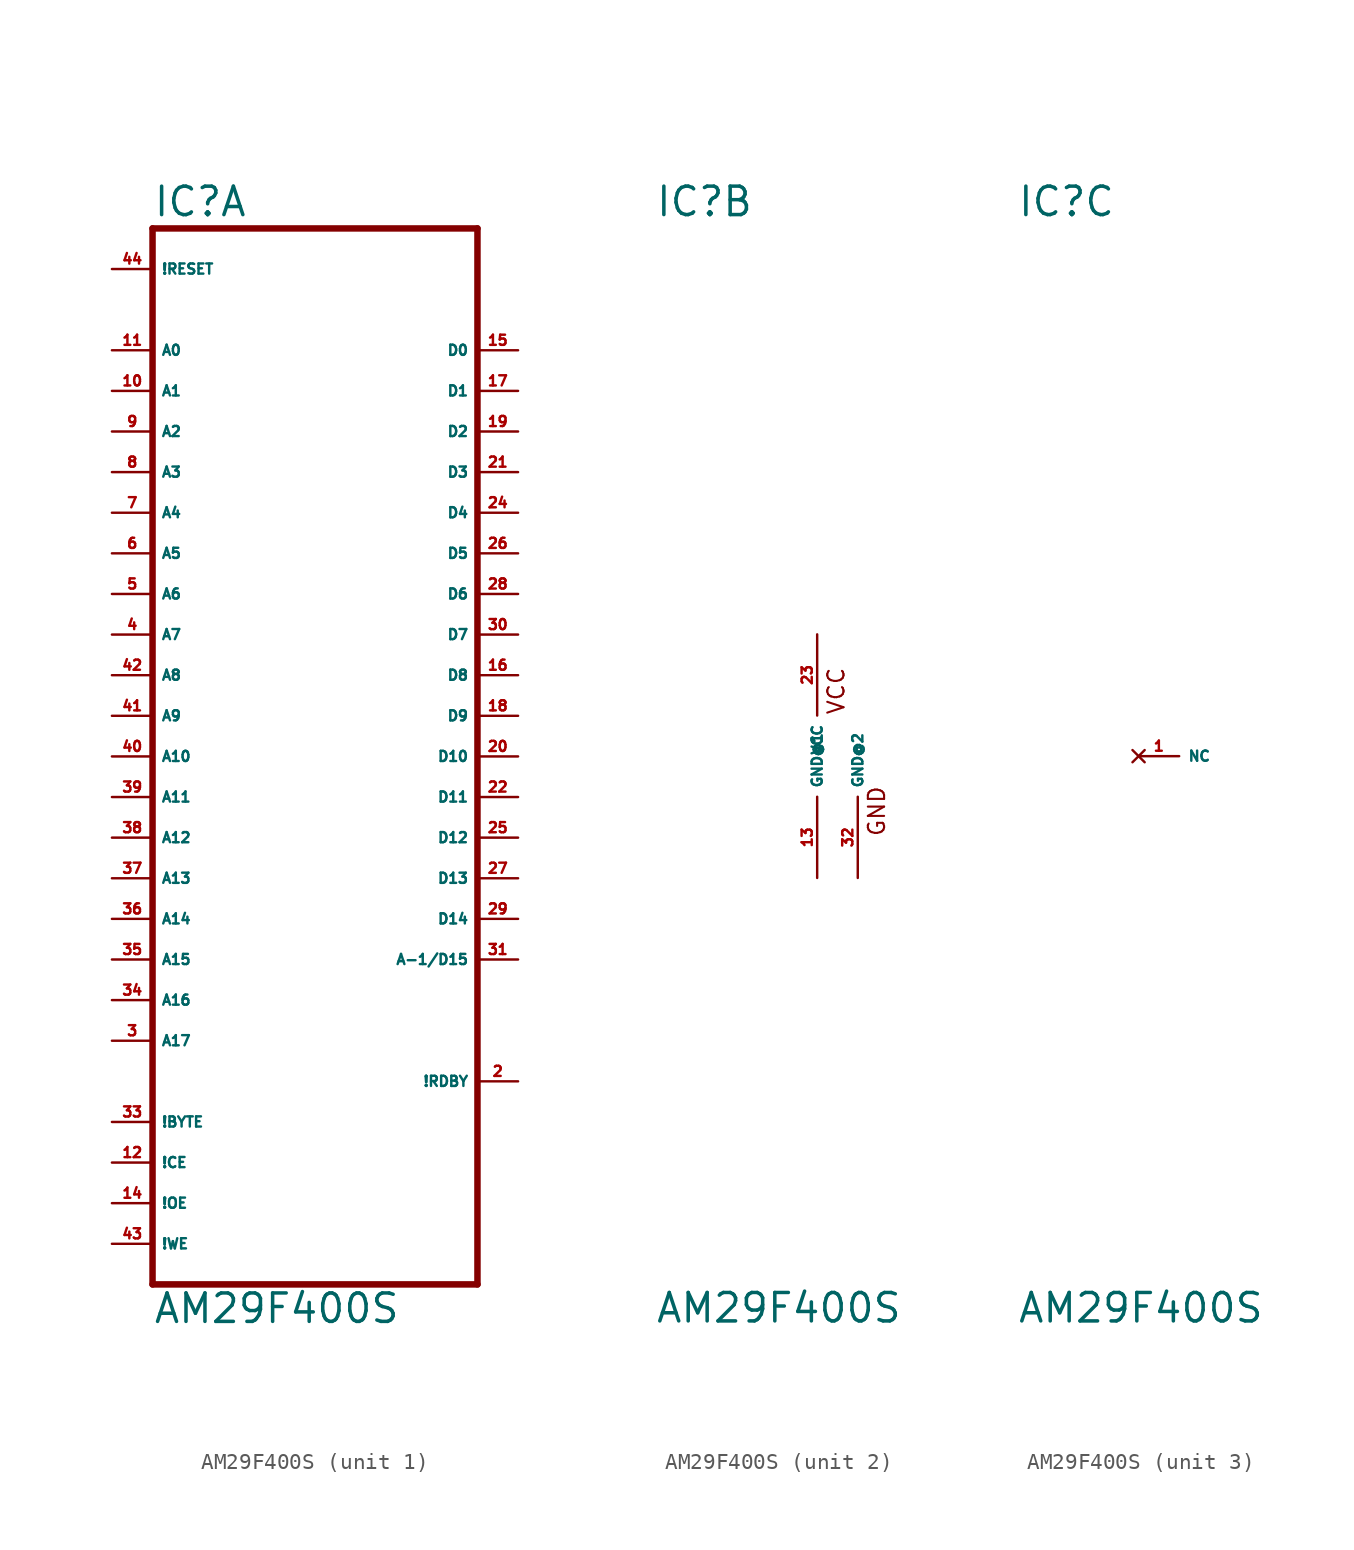
<source format=kicad_sym>
(kicad_symbol_lib
  (version 20220914)
  (generator Eagle2Kicad)
  (symbol "AM29F400S"
    (property "Reference" "IC"
      (at -10.16 33.655 0)
      (effects (font (size 1.778 1.778) (thickness 0.22)) (justify left bottom)))
    (property "Value" "AM29F400S"
      (at -10.16 -35.56 0)
      (effects (font (size 1.778 1.778) (thickness 0.22)) (justify left bottom)))
    (symbol "AM29F400S_1_0"
      (polyline (pts (xy -10.16 -33.02) (xy 10.16 -33.02)) (stroke (width 0.406) (type default)) (fill (type none)))
      (polyline (pts (xy 10.16 -33.02) (xy 10.16 33.02)) (stroke (width 0.406) (type default)) (fill (type none)))
      (polyline (pts (xy 10.16 33.02) (xy -10.16 33.02)) (stroke (width 0.406) (type default)) (fill (type none)))
      (polyline (pts (xy -10.16 33.02) (xy -10.16 -33.02)) (stroke (width 0.406) (type default)) (fill (type none)))
      (pin input line (at -12.7 -30.48 0) (length 2.54) (name "!WE" (effects (font (size 0.635 0.635) (thickness 0.08)) (justify left bottom))) (number "43" (effects (font (size 0.635 0.635) (thickness 0.08)) (justify left bottom))))
      (pin input line (at -12.7 -5.08 0) (length 2.54) (name "A12" (effects (font (size 0.635 0.635) (thickness 0.08)) (justify left bottom))) (number "38" (effects (font (size 0.635 0.635) (thickness 0.08)) (justify left bottom))))
      (pin input line (at -12.7 7.62 0) (length 2.54) (name "A7" (effects (font (size 0.635 0.635) (thickness 0.08)) (justify left bottom))) (number "4" (effects (font (size 0.635 0.635) (thickness 0.08)) (justify left bottom))))
      (pin input line (at -12.7 10.16 0) (length 2.54) (name "A6" (effects (font (size 0.635 0.635) (thickness 0.08)) (justify left bottom))) (number "5" (effects (font (size 0.635 0.635) (thickness 0.08)) (justify left bottom))))
      (pin input line (at -12.7 12.7 0) (length 2.54) (name "A5" (effects (font (size 0.635 0.635) (thickness 0.08)) (justify left bottom))) (number "6" (effects (font (size 0.635 0.635) (thickness 0.08)) (justify left bottom))))
      (pin input line (at -12.7 15.24 0) (length 2.54) (name "A4" (effects (font (size 0.635 0.635) (thickness 0.08)) (justify left bottom))) (number "7" (effects (font (size 0.635 0.635) (thickness 0.08)) (justify left bottom))))
      (pin input line (at -12.7 17.78 0) (length 2.54) (name "A3" (effects (font (size 0.635 0.635) (thickness 0.08)) (justify left bottom))) (number "8" (effects (font (size 0.635 0.635) (thickness 0.08)) (justify left bottom))))
      (pin input line (at -12.7 20.32 0) (length 2.54) (name "A2" (effects (font (size 0.635 0.635) (thickness 0.08)) (justify left bottom))) (number "9" (effects (font (size 0.635 0.635) (thickness 0.08)) (justify left bottom))))
      (pin input line (at -12.7 22.86 0) (length 2.54) (name "A1" (effects (font (size 0.635 0.635) (thickness 0.08)) (justify left bottom))) (number "10" (effects (font (size 0.635 0.635) (thickness 0.08)) (justify left bottom))))
      (pin input line (at -12.7 25.4 0) (length 2.54) (name "A0" (effects (font (size 0.635 0.635) (thickness 0.08)) (justify left bottom))) (number "11" (effects (font (size 0.635 0.635) (thickness 0.08)) (justify left bottom))))
      (pin tri_state line (at 12.7 25.4 180) (length 2.54) (name "D0" (effects (font (size 0.635 0.635) (thickness 0.08)) (justify left bottom))) (number "15" (effects (font (size 0.635 0.635) (thickness 0.08)) (justify left bottom))))
      (pin input line (at -12.7 -25.4 0) (length 2.54) (name "!CE" (effects (font (size 0.635 0.635) (thickness 0.08)) (justify left bottom))) (number "12" (effects (font (size 0.635 0.635) (thickness 0.08)) (justify left bottom))))
      (pin input line (at -12.7 0 0) (length 2.54) (name "A10" (effects (font (size 0.635 0.635) (thickness 0.08)) (justify left bottom))) (number "40" (effects (font (size 0.635 0.635) (thickness 0.08)) (justify left bottom))))
      (pin input line (at -12.7 -27.94 0) (length 2.54) (name "!OE" (effects (font (size 0.635 0.635) (thickness 0.08)) (justify left bottom))) (number "14" (effects (font (size 0.635 0.635) (thickness 0.08)) (justify left bottom))))
      (pin input line (at -12.7 -2.54 0) (length 2.54) (name "A11" (effects (font (size 0.635 0.635) (thickness 0.08)) (justify left bottom))) (number "39" (effects (font (size 0.635 0.635) (thickness 0.08)) (justify left bottom))))
      (pin input line (at -12.7 2.54 0) (length 2.54) (name "A9" (effects (font (size 0.635 0.635) (thickness 0.08)) (justify left bottom))) (number "41" (effects (font (size 0.635 0.635) (thickness 0.08)) (justify left bottom))))
      (pin input line (at -12.7 5.08 0) (length 2.54) (name "A8" (effects (font (size 0.635 0.635) (thickness 0.08)) (justify left bottom))) (number "42" (effects (font (size 0.635 0.635) (thickness 0.08)) (justify left bottom))))
      (pin input line (at -12.7 -7.62 0) (length 2.54) (name "A13" (effects (font (size 0.635 0.635) (thickness 0.08)) (justify left bottom))) (number "37" (effects (font (size 0.635 0.635) (thickness 0.08)) (justify left bottom))))
      (pin input line (at -12.7 -10.16 0) (length 2.54) (name "A14" (effects (font (size 0.635 0.635) (thickness 0.08)) (justify left bottom))) (number "36" (effects (font (size 0.635 0.635) (thickness 0.08)) (justify left bottom))))
      (pin input line (at -12.7 -12.7 0) (length 2.54) (name "A15" (effects (font (size 0.635 0.635) (thickness 0.08)) (justify left bottom))) (number "35" (effects (font (size 0.635 0.635) (thickness 0.08)) (justify left bottom))))
      (pin input line (at -12.7 -15.24 0) (length 2.54) (name "A16" (effects (font (size 0.635 0.635) (thickness 0.08)) (justify left bottom))) (number "34" (effects (font (size 0.635 0.635) (thickness 0.08)) (justify left bottom))))
      (pin input line (at -12.7 -17.78 0) (length 2.54) (name "A17" (effects (font (size 0.635 0.635) (thickness 0.08)) (justify left bottom))) (number "3" (effects (font (size 0.635 0.635) (thickness 0.08)) (justify left bottom))))
      (pin tri_state line (at 12.7 22.86 180) (length 2.54) (name "D1" (effects (font (size 0.635 0.635) (thickness 0.08)) (justify left bottom))) (number "17" (effects (font (size 0.635 0.635) (thickness 0.08)) (justify left bottom))))
      (pin tri_state line (at 12.7 20.32 180) (length 2.54) (name "D2" (effects (font (size 0.635 0.635) (thickness 0.08)) (justify left bottom))) (number "19" (effects (font (size 0.635 0.635) (thickness 0.08)) (justify left bottom))))
      (pin tri_state line (at 12.7 17.78 180) (length 2.54) (name "D3" (effects (font (size 0.635 0.635) (thickness 0.08)) (justify left bottom))) (number "21" (effects (font (size 0.635 0.635) (thickness 0.08)) (justify left bottom))))
      (pin tri_state line (at 12.7 15.24 180) (length 2.54) (name "D4" (effects (font (size 0.635 0.635) (thickness 0.08)) (justify left bottom))) (number "24" (effects (font (size 0.635 0.635) (thickness 0.08)) (justify left bottom))))
      (pin tri_state line (at 12.7 12.7 180) (length 2.54) (name "D5" (effects (font (size 0.635 0.635) (thickness 0.08)) (justify left bottom))) (number "26" (effects (font (size 0.635 0.635) (thickness 0.08)) (justify left bottom))))
      (pin tri_state line (at 12.7 10.16 180) (length 2.54) (name "D6" (effects (font (size 0.635 0.635) (thickness 0.08)) (justify left bottom))) (number "28" (effects (font (size 0.635 0.635) (thickness 0.08)) (justify left bottom))))
      (pin tri_state line (at 12.7 7.62 180) (length 2.54) (name "D7" (effects (font (size 0.635 0.635) (thickness 0.08)) (justify left bottom))) (number "30" (effects (font (size 0.635 0.635) (thickness 0.08)) (justify left bottom))))
      (pin output line (at 12.7 -20.32 180) (length 2.54) (name "!RDBY" (effects (font (size 0.635 0.635) (thickness 0.08)) (justify left bottom))) (number "2" (effects (font (size 0.635 0.635) (thickness 0.08)) (justify left bottom))))
      (pin input line (at -12.7 30.48 0) (length 2.54) (name "!RESET" (effects (font (size 0.635 0.635) (thickness 0.08)) (justify left bottom))) (number "44" (effects (font (size 0.635 0.635) (thickness 0.08)) (justify left bottom))))
      (pin tri_state line (at 12.7 5.08 180) (length 2.54) (name "D8" (effects (font (size 0.635 0.635) (thickness 0.08)) (justify left bottom))) (number "16" (effects (font (size 0.635 0.635) (thickness 0.08)) (justify left bottom))))
      (pin tri_state line (at 12.7 2.54 180) (length 2.54) (name "D9" (effects (font (size 0.635 0.635) (thickness 0.08)) (justify left bottom))) (number "18" (effects (font (size 0.635 0.635) (thickness 0.08)) (justify left bottom))))
      (pin tri_state line (at 12.7 0 180) (length 2.54) (name "D10" (effects (font (size 0.635 0.635) (thickness 0.08)) (justify left bottom))) (number "20" (effects (font (size 0.635 0.635) (thickness 0.08)) (justify left bottom))))
      (pin tri_state line (at 12.7 -2.54 180) (length 2.54) (name "D11" (effects (font (size 0.635 0.635) (thickness 0.08)) (justify left bottom))) (number "22" (effects (font (size 0.635 0.635) (thickness 0.08)) (justify left bottom))))
      (pin tri_state line (at 12.7 -5.08 180) (length 2.54) (name "D12" (effects (font (size 0.635 0.635) (thickness 0.08)) (justify left bottom))) (number "25" (effects (font (size 0.635 0.635) (thickness 0.08)) (justify left bottom))))
      (pin tri_state line (at 12.7 -7.62 180) (length 2.54) (name "D13" (effects (font (size 0.635 0.635) (thickness 0.08)) (justify left bottom))) (number "27" (effects (font (size 0.635 0.635) (thickness 0.08)) (justify left bottom))))
      (pin tri_state line (at 12.7 -10.16 180) (length 2.54) (name "D14" (effects (font (size 0.635 0.635) (thickness 0.08)) (justify left bottom))) (number "29" (effects (font (size 0.635 0.635) (thickness 0.08)) (justify left bottom))))
      (pin tri_state line (at 12.7 -12.7 180) (length 2.54) (name "A-1/D15" (effects (font (size 0.635 0.635) (thickness 0.08)) (justify left bottom))) (number "31" (effects (font (size 0.635 0.635) (thickness 0.08)) (justify left bottom))))
      (pin input line (at -12.7 -22.86 0) (length 2.54) (name "!BYTE" (effects (font (size 0.635 0.635) (thickness 0.08)) (justify left bottom))) (number "33" (effects (font (size 0.635 0.635) (thickness 0.08)) (justify left bottom)))))
    (symbol "AM29F400S_2_0"
      (text "GND" (at 4.318 -5.08 900) (effects (font (size 1.016 1.016) (thickness 0.13)) (justify left bottom)))
      (text "VCC" (at 1.778 2.54 900) (effects (font (size 1.016 1.016) (thickness 0.13)) (justify left bottom)))
      (pin unspecified line (at 0 7.62 270) (length 5.08) (name "VCC" (effects (font (size 0.635 0.635) (thickness 0.08)) (justify left bottom))) (number "23" (effects (font (size 0.635 0.635) (thickness 0.08)) (justify left bottom))))
      (pin unspecified line (at 0 -7.62 90) (length 5.08) (name "GND@1" (effects (font (size 0.635 0.635) (thickness 0.08)) (justify left bottom))) (number "13" (effects (font (size 0.635 0.635) (thickness 0.08)) (justify left bottom))))
      (pin unspecified line (at 2.54 -7.62 90) (length 5.08) (name "GND@2" (effects (font (size 0.635 0.635) (thickness 0.08)) (justify left bottom))) (number "32" (effects (font (size 0.635 0.635) (thickness 0.08)) (justify left bottom)))))
    (symbol "AM29F400S_3_0"
      (pin no_connect line (at -2.54 0 0) (length 2.54) (name "NC" (effects (font (size 0.635 0.635) (thickness 0.08)) (justify left bottom) hide)) (number "1" (effects (font (size 0.635 0.635) (thickness 0.08)) (justify left bottom) hide))))))
</source>
